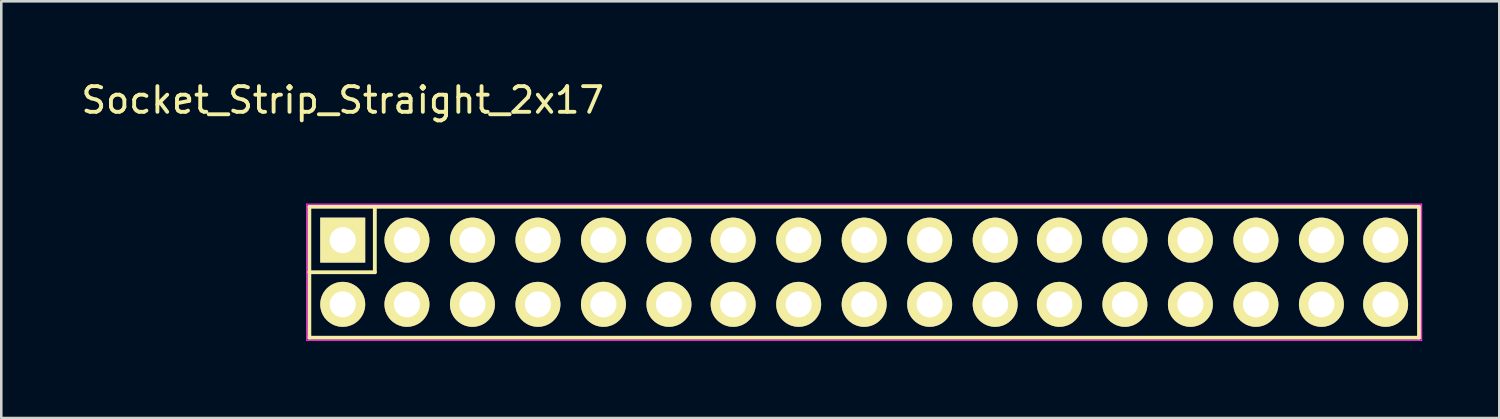
<source format=kicad_pcb>
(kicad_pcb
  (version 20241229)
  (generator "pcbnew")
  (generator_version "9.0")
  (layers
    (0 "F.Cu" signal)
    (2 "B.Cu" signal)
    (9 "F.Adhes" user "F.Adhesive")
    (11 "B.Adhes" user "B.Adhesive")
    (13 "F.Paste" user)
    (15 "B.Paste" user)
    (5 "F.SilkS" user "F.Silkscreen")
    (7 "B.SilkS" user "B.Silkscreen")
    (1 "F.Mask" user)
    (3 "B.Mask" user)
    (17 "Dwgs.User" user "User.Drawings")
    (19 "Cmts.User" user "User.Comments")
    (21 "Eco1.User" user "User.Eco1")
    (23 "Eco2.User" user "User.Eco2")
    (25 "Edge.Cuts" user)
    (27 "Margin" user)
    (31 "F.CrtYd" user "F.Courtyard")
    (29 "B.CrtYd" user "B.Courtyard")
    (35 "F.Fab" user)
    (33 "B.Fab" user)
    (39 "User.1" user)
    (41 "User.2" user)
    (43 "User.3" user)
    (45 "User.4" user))
  (footprint "Socket_Strip_Straight_2x17"
    (layer "F.Cu")
    (at 10.292 6.298)
    (property "Reference" "Socket_Strip_Straight_2x17" (at 0 -5.45 0) (layer "F.SilkS") (effects (font (size 1 1) (thickness 0.15))))
    (attr through_hole)
    (fp_line (start -1.3 -1.3) (end -1.3 1.25) (stroke (width 0.15) (type solid)) (layer "F.SilkS"))
    (fp_line (start -1.3 -1.3) (end 1.25 -1.3) (stroke (width 0.15) (type solid)) (layer "F.SilkS"))
    (fp_line (start -1.3 1.25) (end 1.25 1.25) (stroke (width 0.15) (type solid)) (layer "F.SilkS"))
    (fp_line (start -1.3 3.8) (end -1.3 1.25) (stroke (width 0.15) (type solid)) (layer "F.SilkS"))
    (fp_line (start 1.25 -1.3) (end 41.9 -1.3) (stroke (width 0.15) (type solid)) (layer "F.SilkS"))
    (fp_line (start 1.25 1.25) (end 1.25 -1.3) (stroke (width 0.15) (type solid)) (layer "F.SilkS"))
    (fp_line (start 41.9 3.8) (end -1.3 3.8) (stroke (width 0.15) (type solid)) (layer "F.SilkS"))
    (fp_line (start 41.9 3.8) (end 41.9 -1.3) (stroke (width 0.15) (type solid)) (layer "F.SilkS"))
    (fp_line (start -1.4 -1.4) (end -1.4 3.9) (stroke (width 0.05) (type solid)) (layer "F.CrtYd"))
    (fp_line (start -1.4 -1.4) (end 42 -1.4) (stroke (width 0.05) (type solid)) (layer "F.CrtYd"))
    (fp_line (start -1.4 3.9) (end 42 3.9) (stroke (width 0.05) (type solid)) (layer "F.CrtYd"))
    (fp_line (start 42 -1.4) (end 42 3.9) (stroke (width 0.05) (type solid)) (layer "F.CrtYd"))
    (pad "1" thru_hole rect (at 0 0) (size 1.75 1.75) (drill 1.016) (layers "*.Cu" "*.Mask" "F.SilkS"))
    (pad "2" thru_hole oval (at 0 2.5) (size 1.75 1.75) (drill 1.016) (layers "*.Cu" "*.Mask" "F.SilkS"))
    (pad "3" thru_hole oval (at 2.5 0) (size 1.75 1.75) (drill 1.016) (layers "*.Cu" "*.Mask" "F.SilkS"))
    (pad "4" thru_hole oval (at 2.5 2.5) (size 1.75 1.75) (drill 1.016) (layers "*.Cu" "*.Mask" "F.SilkS"))
    (pad "5" thru_hole oval (at 5.05 0) (size 1.75 1.75) (drill 1.016) (layers "*.Cu" "*.Mask" "F.SilkS"))
    (pad "6" thru_hole oval (at 5.05 2.5) (size 1.75 1.75) (drill 1.016) (layers "*.Cu" "*.Mask" "F.SilkS"))
    (pad "7" thru_hole oval (at 7.6 0) (size 1.75 1.75) (drill 1.016) (layers "*.Cu" "*.Mask" "F.SilkS"))
    (pad "8" thru_hole oval (at 7.6 2.5) (size 1.75 1.75) (drill 1.016) (layers "*.Cu" "*.Mask" "F.SilkS"))
    (pad "9" thru_hole oval (at 10.15 0) (size 1.75 1.75) (drill 1.016) (layers "*.Cu" "*.Mask" "F.SilkS"))
    (pad "10" thru_hole oval (at 10.15 2.5) (size 1.75 1.75) (drill 1.016) (layers "*.Cu" "*.Mask" "F.SilkS"))
    (pad "11" thru_hole oval (at 12.7 0) (size 1.75 1.75) (drill 1.016) (layers "*.Cu" "*.Mask" "F.SilkS"))
    (pad "12" thru_hole oval (at 12.7 2.5) (size 1.75 1.75) (drill 1.016) (layers "*.Cu" "*.Mask" "F.SilkS"))
    (pad "13" thru_hole oval (at 15.2 0) (size 1.75 1.75) (drill 1.016) (layers "*.Cu" "*.Mask" "F.SilkS"))
    (pad "14" thru_hole oval (at 15.2 2.5) (size 1.75 1.75) (drill 1.016) (layers "*.Cu" "*.Mask" "F.SilkS"))
    (pad "15" thru_hole oval (at 17.75 0) (size 1.75 1.75) (drill 1.016) (layers "*.Cu" "*.Mask" "F.SilkS"))
    (pad "16" thru_hole oval (at 17.75 2.5) (size 1.75 1.75) (drill 1.016) (layers "*.Cu" "*.Mask" "F.SilkS"))
    (pad "17" thru_hole oval (at 20.3 0) (size 1.75 1.75) (drill 1.016) (layers "*.Cu" "*.Mask" "F.SilkS"))
    (pad "18" thru_hole oval (at 20.3 2.5) (size 1.75 1.75) (drill 1.016) (layers "*.Cu" "*.Mask" "F.SilkS"))
    (pad "19" thru_hole oval (at 22.85 0) (size 1.75 1.75) (drill 1.016) (layers "*.Cu" "*.Mask" "F.SilkS"))
    (pad "20" thru_hole oval (at 22.85 2.5) (size 1.75 1.75) (drill 1.016) (layers "*.Cu" "*.Mask" "F.SilkS"))
    (pad "21" thru_hole oval (at 25.4 0) (size 1.75 1.75) (drill 1.016) (layers "*.Cu" "*.Mask" "F.SilkS"))
    (pad "22" thru_hole oval (at 25.4 2.5) (size 1.75 1.75) (drill 1.016) (layers "*.Cu" "*.Mask" "F.SilkS"))
    (pad "23" thru_hole oval (at 27.9 0) (size 1.75 1.75) (drill 1.016) (layers "*.Cu" "*.Mask" "F.SilkS"))
    (pad "24" thru_hole oval (at 27.9 2.5) (size 1.75 1.75) (drill 1.016) (layers "*.Cu" "*.Mask" "F.SilkS"))
    (pad "25" thru_hole oval (at 30.45 0) (size 1.75 1.75) (drill 1.016) (layers "*.Cu" "*.Mask" "F.SilkS"))
    (pad "26" thru_hole oval (at 30.45 2.5) (size 1.75 1.75) (drill 1.016) (layers "*.Cu" "*.Mask" "F.SilkS"))
    (pad "27" thru_hole oval (at 33 0) (size 1.75 1.75) (drill 1.016) (layers "*.Cu" "*.Mask" "F.SilkS"))
    (pad "28" thru_hole oval (at 33 2.5) (size 1.75 1.75) (drill 1.016) (layers "*.Cu" "*.Mask" "F.SilkS"))
    (pad "29" thru_hole oval (at 35.55 0) (size 1.75 1.75) (drill 1.016) (layers "*.Cu" "*.Mask" "F.SilkS"))
    (pad "30" thru_hole oval (at 35.55 2.5) (size 1.75 1.75) (drill 1.016) (layers "*.Cu" "*.Mask" "F.SilkS"))
    (pad "31" thru_hole oval (at 38.1 0) (size 1.75 1.75) (drill 1.016) (layers "*.Cu" "*.Mask" "F.SilkS"))
    (pad "32" thru_hole oval (at 38.1 2.5) (size 1.75 1.75) (drill 1.016) (layers "*.Cu" "*.Mask" "F.SilkS"))
    (pad "33" thru_hole oval (at 40.6 0) (size 1.75 1.75) (drill 1.016) (layers "*.Cu" "*.Mask" "F.SilkS"))
    (pad "34" thru_hole oval (at 40.6 2.5) (size 1.75 1.75) (drill 1.016) (layers "*.Cu" "*.Mask" "F.SilkS")))
  (gr_rect
    (start -3 -3)
    (end 55.317 13.223)
    (stroke (width 0.1) (type default))
    (fill no)
    (layer "Edge.Cuts")))
</source>
